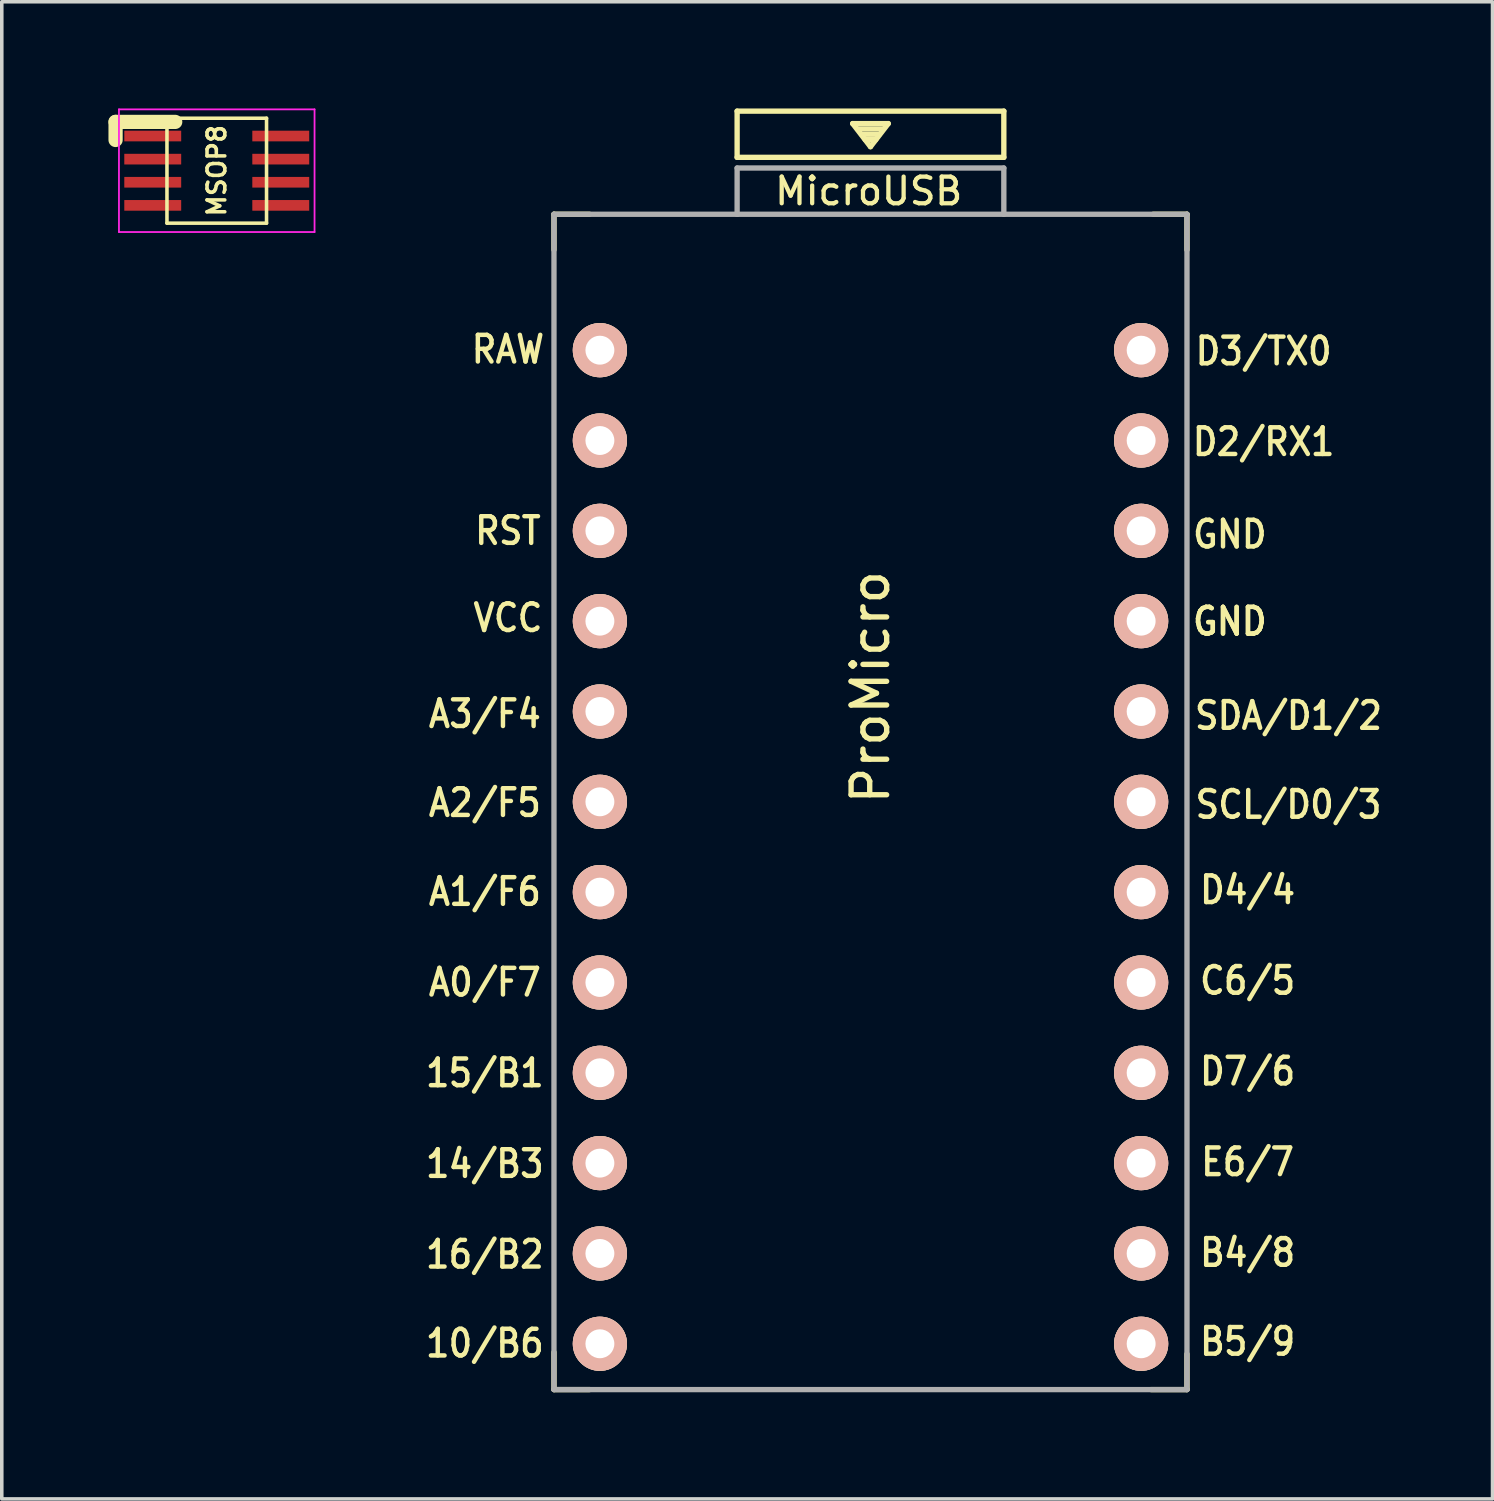
<source format=kicad_pcb>
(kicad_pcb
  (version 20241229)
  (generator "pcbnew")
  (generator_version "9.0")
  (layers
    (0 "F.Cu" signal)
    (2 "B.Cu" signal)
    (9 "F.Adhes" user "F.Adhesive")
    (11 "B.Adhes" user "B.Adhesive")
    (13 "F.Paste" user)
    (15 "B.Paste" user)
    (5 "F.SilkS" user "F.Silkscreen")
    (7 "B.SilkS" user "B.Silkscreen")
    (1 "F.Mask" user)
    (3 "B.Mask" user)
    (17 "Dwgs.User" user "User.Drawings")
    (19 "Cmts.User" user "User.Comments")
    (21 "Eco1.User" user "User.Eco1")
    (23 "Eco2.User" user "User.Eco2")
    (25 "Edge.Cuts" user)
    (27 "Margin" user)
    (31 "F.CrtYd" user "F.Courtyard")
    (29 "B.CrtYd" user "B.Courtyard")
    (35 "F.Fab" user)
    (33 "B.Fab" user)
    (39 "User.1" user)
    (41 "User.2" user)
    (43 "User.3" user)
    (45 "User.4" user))
  (footprint "MSOP8"
    (layer "F.Cu")
    (at 3.045 1.75)
    (property "Reference" "MSOP8" (at 0 0 270) (layer "F.SilkS") (effects (font (size 0.5 0.5) (thickness 0.1))))
    (attr smd)
    (fp_line (start -2.845 -1.372) (end -2.845 -0.864) (stroke (width 0.4) (type solid)) (layer "F.SilkS"))
    (fp_line (start -1.4 -1.3) (end -1.4 1.475) (stroke (width 0.1) (type solid)) (layer "F.SilkS"))
    (fp_line (start -1.168 -1.372) (end -2.845 -1.372) (stroke (width 0.4) (type solid)) (layer "F.SilkS"))
    (fp_line (start -1.15 -1.475) (end -1.4 -1.3) (stroke (width 0.1) (type solid)) (layer "F.SilkS"))
    (fp_line (start 1.4 -1.475) (end -1.15 -1.475) (stroke (width 0.1) (type solid)) (layer "F.SilkS"))
    (fp_line (start 1.4 -1.475) (end 1.4 1.475) (stroke (width 0.1) (type solid)) (layer "F.SilkS"))
    (fp_line (start 1.4 1.475) (end -1.4 1.475) (stroke (width 0.1) (type solid)) (layer "F.SilkS"))
    (fp_line (start -2.75 -1.725) (end 2.75 -1.725) (stroke (width 0.05) (type solid)) (layer "F.CrtYd"))
    (fp_line (start -2.75 1.725) (end -2.75 -1.725) (stroke (width 0.05) (type solid)) (layer "F.CrtYd"))
    (fp_line (start 2.75 -1.725) (end 2.75 1.725) (stroke (width 0.05) (type solid)) (layer "F.CrtYd"))
    (fp_line (start 2.75 1.725) (end -2.75 1.725) (stroke (width 0.05) (type solid)) (layer "F.CrtYd"))
    (pad "1" smd rect (at -1.8 -0.975 270) (size 0.3 1.6) (layers "F.Cu" "F.Mask" "F.Paste"))
    (pad "2" smd rect (at -1.8 -0.325 270) (size 0.3 1.6) (layers "F.Cu" "F.Mask" "F.Paste"))
    (pad "3" smd rect (at -1.8 0.325 270) (size 0.3 1.6) (layers "F.Cu" "F.Mask" "F.Paste"))
    (pad "4" smd rect (at -1.8 0.975 270) (size 0.3 1.6) (layers "F.Cu" "F.Mask" "F.Paste"))
    (pad "5" smd rect (at 1.8 0.975 270) (size 0.3 1.6) (layers "F.Cu" "F.Mask" "F.Paste"))
    (pad "6" smd rect (at 1.8 0.325 270) (size 0.3 1.6) (layers "F.Cu" "F.Mask" "F.Paste"))
    (pad "7" smd rect (at 1.8 -0.325 270) (size 0.3 1.6) (layers "F.Cu" "F.Mask" "F.Paste"))
    (pad "8" smd rect (at 1.8 -0.975 270) (size 0.3 1.6) (layers "F.Cu" "F.Mask" "F.Paste")))
  (footprint "ProMicro"
    (layer "F.Cu")
    (at 21.428 21.275)
    (property "Reference" "ProMicro" (at 0 -5 90) (layer "F.SilkS") (effects (font (size 1 1) (thickness 0.15))))
    (attr through_hole)
    (fp_line (start -8.9 -18.3) (end -8.9 -17.3) (stroke (width 0.15) (type solid)) (layer "F.SilkS"))
    (fp_line (start -8.9 -18.3) (end -7.9 -18.3) (stroke (width 0.15) (type solid)) (layer "F.SilkS"))
    (fp_line (start -8.9 13.7) (end -8.9 14.75) (stroke (width 0.15) (type solid)) (layer "F.SilkS"))
    (fp_line (start -8.9 14.75) (end -7.9 14.75) (stroke (width 0.15) (type solid)) (layer "F.SilkS"))
    (fp_line (start -3.75 -21.2) (end -3.75 -19.9) (stroke (width 0.15) (type solid)) (layer "F.SilkS"))
    (fp_line (start -3.75 -19.9) (end 3.75 -19.9) (stroke (width 0.15) (type solid)) (layer "F.SilkS"))
    (fp_line (start -0.5 -20.85) (end 0.5 -20.85) (stroke (width 0.15) (type solid)) (layer "F.SilkS"))
    (fp_line (start -0.35 -20.7) (end 0.35 -20.7) (stroke (width 0.15) (type solid)) (layer "F.SilkS"))
    (fp_line (start -0.25 -20.55) (end 0.25 -20.55) (stroke (width 0.15) (type solid)) (layer "F.SilkS"))
    (fp_line (start -0.15 -20.4) (end 0.15 -20.4) (stroke (width 0.15) (type solid)) (layer "F.SilkS"))
    (fp_line (start 0 -20.2) (end -0.5 -20.85) (stroke (width 0.15) (type solid)) (layer "F.SilkS"))
    (fp_line (start 0.5 -20.85) (end 0 -20.2) (stroke (width 0.15) (type solid)) (layer "F.SilkS"))
    (fp_line (start 3.75 -21.2) (end -3.75 -21.2) (stroke (width 0.15) (type solid)) (layer "F.SilkS"))
    (fp_line (start 3.75 -19.9) (end 3.75 -21.2) (stroke (width 0.15) (type solid)) (layer "F.SilkS"))
    (fp_line (start 8.9 -18.3) (end 7.95 -18.3) (stroke (width 0.15) (type solid)) (layer "F.SilkS"))
    (fp_line (start 8.9 -18.3) (end 8.9 -17.3) (stroke (width 0.15) (type solid)) (layer "F.SilkS"))
    (fp_line (start 8.9 13.75) (end 8.9 14.75) (stroke (width 0.15) (type solid)) (layer "F.SilkS"))
    (fp_line (start 8.9 14.75) (end 7.89 14.75) (stroke (width 0.15) (type solid)) (layer "F.SilkS"))
    (fp_line (start -8.9 -18.3) (end -3.75 -18.3) (stroke (width 0.15) (type solid)) (layer "F.Fab"))
    (fp_line (start -8.9 14.75) (end -8.9 -18.3) (stroke (width 0.15) (type solid)) (layer "F.Fab"))
    (fp_line (start -3.75 -19.6) (end -3.75 -18.299) (stroke (width 0.15) (type solid)) (layer "F.Fab"))
    (fp_line (start -3.75 -19.6) (end 3.75 -19.6) (stroke (width 0.15) (type solid)) (layer "F.Fab"))
    (fp_line (start -3.75 -18.3) (end 3.75 -18.3) (stroke (width 0.15) (type solid)) (layer "F.Fab"))
    (fp_line (start 3.75 -19.6) (end 3.75 -18.3) (stroke (width 0.15) (type solid)) (layer "F.Fab"))
    (fp_line (start 3.76 -18.3) (end 8.9 -18.3) (stroke (width 0.15) (type solid)) (layer "F.Fab"))
    (fp_line (start 8.9 -18.3) (end 8.9 14.75) (stroke (width 0.15) (type solid)) (layer "F.Fab"))
    (fp_line (start 8.9 14.75) (end -8.9 14.75) (stroke (width 0.15) (type solid)) (layer "F.Fab"))
    (fp_text user "GND" (at 10.105 -6.85 0) (unlocked yes) (layer "F.SilkS") (effects (font (size 0.75 0.67) (thickness 0.125))))
    (fp_text user "14/B3" (at -10.845 8.4 0) (unlocked yes) (layer "F.SilkS") (effects (font (size 0.75 0.67) (thickness 0.125))))
    (fp_text user "10/B6" (at -10.845 13.45 0) (unlocked yes) (layer "F.SilkS") (effects (font (size 0.75 0.67) (thickness 0.125))))
    (fp_text user "E6/7" (at 10.605 8.35 0) (unlocked yes) (layer "F.SilkS") (effects (font (size 0.75 0.67) (thickness 0.125))))
    (fp_text user "" (at -0.545 -17.4 180) (layer "F.SilkS") (effects (font (size 1 1) (thickness 0.15))))
    (fp_text user "GND" (at 10.105 -6.85 0) (unlocked yes) (layer "F.SilkS") (effects (font (size 0.75 0.67) (thickness 0.125))))
    (fp_text user "A1/F6" (at -10.845 0.75 0) (unlocked yes) (layer "F.SilkS") (effects (font (size 0.75 0.67) (thickness 0.125))))
    (fp_text user "D7/6" (at 10.605 5.8 0) (unlocked yes) (layer "F.SilkS") (effects (font (size 0.75 0.67) (thickness 0.125))))
    (fp_text user "VCC" (at -10.195 -6.95 0) (unlocked yes) (layer "F.SilkS") (effects (font (size 0.75 0.67) (thickness 0.125))))
    (fp_text user "GND" (at 10.105 -9.3 0) (unlocked yes) (layer "F.SilkS") (effects (font (size 0.75 0.67) (thickness 0.125))))
    (fp_text user "C6/5" (at 10.605 3.25 0) (unlocked yes) (layer "F.SilkS") (effects (font (size 0.75 0.67) (thickness 0.125))))
    (fp_text user "D4/4" (at 10.605 0.7 0) (unlocked yes) (layer "F.SilkS") (effects (font (size 0.75 0.67) (thickness 0.125))))
    (fp_text user "D2/RX1" (at 11.055 -11.9 0) (unlocked yes) (layer "F.SilkS") (effects (font (size 0.75 0.67) (thickness 0.125))))
    (fp_text user "A2/F5" (at -10.845 -1.75 0) (unlocked yes) (layer "F.SilkS") (effects (font (size 0.75 0.67) (thickness 0.125))))
    (fp_text user "D3/TX0" (at 11.055 -14.45 0) (unlocked yes) (layer "F.SilkS") (effects (font (size 0.75 0.67) (thickness 0.125))))
    (fp_text user "B5/9" (at 10.605 13.4 0) (unlocked yes) (layer "F.SilkS") (effects (font (size 0.75 0.67) (thickness 0.125))))
    (fp_text user "15/B1" (at -10.845 5.85 0) (unlocked yes) (layer "F.SilkS") (effects (font (size 0.75 0.67) (thickness 0.125))))
    (fp_text user "B4/8" (at 10.605 10.9 0) (unlocked yes) (layer "F.SilkS") (effects (font (size 0.75 0.67) (thickness 0.125))))
    (fp_text user "A0/F7" (at -10.845 3.3 0) (unlocked yes) (layer "F.SilkS") (effects (font (size 0.75 0.67) (thickness 0.125))))
    (fp_text user "MicroUSB" (at -0.05 -18.95 180) (layer "F.SilkS") (effects (font (size 0.75 0.75) (thickness 0.12))))
    (fp_text user "" (at -0.545 -17.4 180) (layer "F.SilkS") (effects (font (size 1 1) (thickness 0.15))))
    (fp_text user "RST" (at -10.195 -9.4 0) (unlocked yes) (layer "F.SilkS") (effects (font (size 0.75 0.67) (thickness 0.125))))
    (fp_text user "RAW" (at -10.195 -14.5 0) (unlocked yes) (layer "F.SilkS") (effects (font (size 0.75 0.67) (thickness 0.125))))
    (fp_text user "A3/F4" (at -10.845 -4.25 0) (unlocked yes) (layer "F.SilkS") (effects (font (size 0.75 0.67) (thickness 0.125))))
    (fp_text user "SDA/D1/2" (at 11.755 -4.2 0) (unlocked yes) (layer "F.SilkS") (effects (font (size 0.75 0.67) (thickness 0.125))))
    (fp_text user "16/B2" (at -10.845 10.95 0) (unlocked yes) (layer "F.SilkS") (effects (font (size 0.75 0.67) (thickness 0.125))))
    (fp_text user "SCL/D0/3" (at 11.755 -1.7 0) (unlocked yes) (layer "F.SilkS") (effects (font (size 0.75 0.67) (thickness 0.125))))
    (pad "1" thru_hole circle (at 7.611 -14.478) (size 1.524 1.524) (drill 0.813) (layers "*.Cu" "*.Paste" "*.SilkS" "*.Mask"))
    (pad "2" thru_hole circle (at 7.611 -11.938) (size 1.524 1.524) (drill 0.813) (layers "*.Cu" "*.Paste" "*.SilkS" "*.Mask"))
    (pad "3" thru_hole circle (at 7.611 -9.398) (size 1.524 1.524) (drill 0.813) (layers "*.Cu" "*.Paste" "*.SilkS" "*.Mask"))
    (pad "4" thru_hole circle (at 7.611 -6.858) (size 1.524 1.524) (drill 0.813) (layers "*.Cu" "*.Paste" "*.SilkS" "*.Mask"))
    (pad "5" thru_hole circle (at 7.611 -4.318) (size 1.524 1.524) (drill 0.813) (layers "*.Cu" "*.Paste" "*.SilkS" "*.Mask"))
    (pad "6" thru_hole circle (at 7.611 -1.778) (size 1.524 1.524) (drill 0.813) (layers "*.Cu" "*.Paste" "*.SilkS" "*.Mask"))
    (pad "7" thru_hole circle (at 7.611 0.762) (size 1.524 1.524) (drill 0.813) (layers "*.Cu" "*.Paste" "*.SilkS" "*.Mask"))
    (pad "8" thru_hole circle (at 7.611 3.302) (size 1.524 1.524) (drill 0.813) (layers "*.Cu" "*.Paste" "*.SilkS" "*.Mask"))
    (pad "9" thru_hole circle (at 7.611 5.842) (size 1.524 1.524) (drill 0.813) (layers "*.Cu" "*.Paste" "*.SilkS" "*.Mask"))
    (pad "10" thru_hole circle (at 7.611 8.382) (size 1.524 1.524) (drill 0.813) (layers "*.Cu" "*.Paste" "*.SilkS" "*.Mask"))
    (pad "11" thru_hole circle (at 7.611 10.922) (size 1.524 1.524) (drill 0.813) (layers "*.Cu" "*.Paste" "*.SilkS" "*.Mask"))
    (pad "12" thru_hole circle (at 7.611 13.462) (size 1.524 1.524) (drill 0.813) (layers "*.Cu" "*.Paste" "*.SilkS" "*.Mask"))
    (pad "13" thru_hole circle (at -7.609 13.462) (size 1.524 1.524) (drill 0.813) (layers "*.Cu" "*.Paste" "*.SilkS" "*.Mask"))
    (pad "14" thru_hole circle (at -7.609 10.922) (size 1.524 1.524) (drill 0.813) (layers "*.Cu" "*.Paste" "*.SilkS" "*.Mask"))
    (pad "15" thru_hole circle (at -7.609 8.382) (size 1.524 1.524) (drill 0.813) (layers "*.Cu" "*.Paste" "*.SilkS" "*.Mask"))
    (pad "16" thru_hole circle (at -7.609 5.842) (size 1.524 1.524) (drill 0.813) (layers "*.Cu" "*.Paste" "*.SilkS" "*.Mask"))
    (pad "17" thru_hole circle (at -7.609 3.302) (size 1.524 1.524) (drill 0.813) (layers "*.Cu" "*.Paste" "*.SilkS" "*.Mask"))
    (pad "18" thru_hole circle (at -7.609 0.762) (size 1.524 1.524) (drill 0.813) (layers "*.Cu" "*.Paste" "*.SilkS" "*.Mask"))
    (pad "19" thru_hole circle (at -7.609 -1.778) (size 1.524 1.524) (drill 0.813) (layers "*.Cu" "*.Paste" "*.SilkS" "*.Mask"))
    (pad "20" thru_hole circle (at -7.609 -4.318) (size 1.524 1.524) (drill 0.813) (layers "*.Cu" "*.Paste" "*.SilkS" "*.Mask"))
    (pad "21" thru_hole circle (at -7.609 -6.858) (size 1.524 1.524) (drill 0.813) (layers "*.Cu" "*.Paste" "*.SilkS" "*.Mask"))
    (pad "22" thru_hole circle (at -7.609 -9.398) (size 1.524 1.524) (drill 0.813) (layers "*.Cu" "*.Paste" "*.SilkS" "*.Mask"))
    (pad "23" thru_hole circle (at -7.609 -11.938) (size 1.524 1.524) (drill 0.813) (layers "*.Cu" "*.Paste" "*.SilkS" "*.Mask"))
    (pad "24" thru_hole circle (at -7.609 -14.478) (size 1.524 1.524) (drill 0.813) (layers "*.Cu" "*.Paste" "*.SilkS" "*.Mask")))
  (gr_rect
    (start -3 -3)
    (end 38.92 39.1)
    (stroke (width 0.1) (type default))
    (fill no)
    (layer "Edge.Cuts")))
</source>
